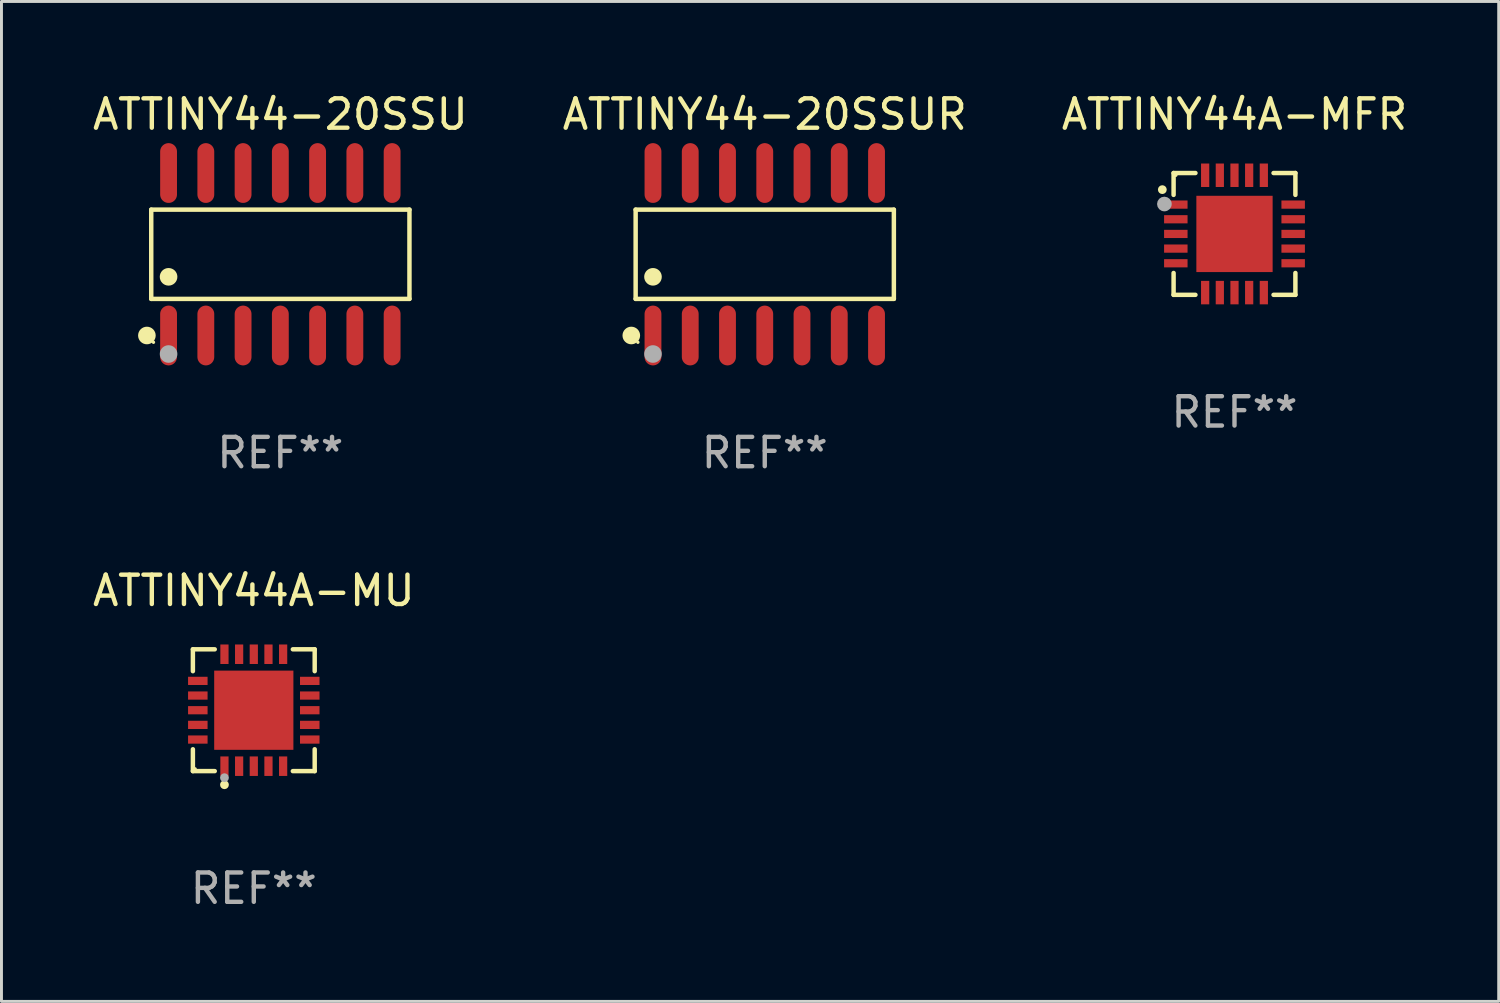
<source format=kicad_pcb>
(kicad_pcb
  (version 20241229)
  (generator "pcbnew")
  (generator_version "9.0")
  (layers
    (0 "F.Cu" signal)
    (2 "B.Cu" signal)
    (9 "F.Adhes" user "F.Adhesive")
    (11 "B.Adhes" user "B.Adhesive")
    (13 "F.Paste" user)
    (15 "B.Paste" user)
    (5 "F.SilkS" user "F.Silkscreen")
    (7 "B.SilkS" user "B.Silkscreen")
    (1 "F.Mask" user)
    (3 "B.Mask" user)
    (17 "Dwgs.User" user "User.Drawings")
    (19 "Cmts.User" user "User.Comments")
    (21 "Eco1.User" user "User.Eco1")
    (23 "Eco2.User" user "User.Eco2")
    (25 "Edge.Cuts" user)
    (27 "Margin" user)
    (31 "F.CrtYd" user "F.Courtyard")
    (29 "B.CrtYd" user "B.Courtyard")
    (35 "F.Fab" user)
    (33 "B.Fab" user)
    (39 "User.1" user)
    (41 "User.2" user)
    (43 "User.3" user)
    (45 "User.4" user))
  (footprint "ATTINY44A-MFR"
    (layer "F.Cu")
    (at 39.03 4.924)
    (property "Reference" "ATTINY44A-MFR" (at 0 -4.076 0) (layer "F.SilkS") (effects (font (size 1 1) (thickness 0.15))))
    (attr through_hole)
    (fp_line (start -2.076 -2.076) (end -2.076 -1.331) (stroke (width 0.152) (type solid)) (layer "F.SilkS"))
    (fp_line (start -2.076 2.076) (end -2.076 1.331) (stroke (width 0.152) (type solid)) (layer "F.SilkS"))
    (fp_line (start -1.331 -2.076) (end -2.076 -2.076) (stroke (width 0.152) (type solid)) (layer "F.SilkS"))
    (fp_line (start -1.331 2.076) (end -2.076 2.076) (stroke (width 0.152) (type solid)) (layer "F.SilkS"))
    (fp_line (start 1.331 -2.076) (end 2.076 -2.076) (stroke (width 0.152) (type solid)) (layer "F.SilkS"))
    (fp_line (start 1.331 2.076) (end 2.076 2.076) (stroke (width 0.152) (type solid)) (layer "F.SilkS"))
    (fp_line (start 2.076 -2.076) (end 2.076 -1.331) (stroke (width 0.152) (type solid)) (layer "F.SilkS"))
    (fp_line (start 2.076 2.076) (end 2.076 1.331) (stroke (width 0.152) (type solid)) (layer "F.SilkS"))
    (fp_circle (center -2.46 -1.51) (end -2.385 -1.51) (stroke (width 0.15) (type solid)) (fill no) (layer "F.SilkS"))
    (fp_circle (center -2 -2) (end -1.97 -2) (stroke (width 0.06) (type solid)) (fill no) (layer "F.SilkS"))
    (fp_circle (center -2.39 -1.02) (end -2.265 -1.02) (stroke (width 0.25) (type solid)) (fill no) (layer "F.Fab"))
    (fp_text user "REF**" (at 0 6.076 0) (layer "F.Fab") (effects (font (size 1 1) (thickness 0.15))))
    (pad "1" smd rect (at -2 -1) (size 0.8 0.28) (layers "F.Cu" "F.Mask" "F.Paste"))
    (pad "2" smd rect (at -2 -0.5) (size 0.8 0.28) (layers "F.Cu" "F.Mask" "F.Paste"))
    (pad "3" smd rect (at -2 0) (size 0.8 0.28) (layers "F.Cu" "F.Mask" "F.Paste"))
    (pad "4" smd rect (at -2 0.5) (size 0.8 0.28) (layers "F.Cu" "F.Mask" "F.Paste"))
    (pad "5" smd rect (at -2 1) (size 0.8 0.28) (layers "F.Cu" "F.Mask" "F.Paste"))
    (pad "6" smd rect (at -1 2) (size 0.28 0.8) (layers "F.Cu" "F.Mask" "F.Paste"))
    (pad "7" smd rect (at -0.5 2) (size 0.28 0.8) (layers "F.Cu" "F.Mask" "F.Paste"))
    (pad "8" smd rect (at 0 2) (size 0.28 0.8) (layers "F.Cu" "F.Mask" "F.Paste"))
    (pad "9" smd rect (at 0.5 2) (size 0.28 0.8) (layers "F.Cu" "F.Mask" "F.Paste"))
    (pad "10" smd rect (at 1 2) (size 0.28 0.8) (layers "F.Cu" "F.Mask" "F.Paste"))
    (pad "11" smd rect (at 2 1) (size 0.8 0.28) (layers "F.Cu" "F.Mask" "F.Paste"))
    (pad "12" smd rect (at 2 0.5) (size 0.8 0.28) (layers "F.Cu" "F.Mask" "F.Paste"))
    (pad "13" smd rect (at 2 0) (size 0.8 0.28) (layers "F.Cu" "F.Mask" "F.Paste"))
    (pad "14" smd rect (at 2 -0.5) (size 0.8 0.28) (layers "F.Cu" "F.Mask" "F.Paste"))
    (pad "15" smd rect (at 2 -1) (size 0.8 0.28) (layers "F.Cu" "F.Mask" "F.Paste"))
    (pad "16" smd rect (at 1 -2) (size 0.28 0.8) (layers "F.Cu" "F.Mask" "F.Paste"))
    (pad "17" smd rect (at 0.5 -2) (size 0.28 0.8) (layers "F.Cu" "F.Mask" "F.Paste"))
    (pad "18" smd rect (at 0 -2) (size 0.28 0.8) (layers "F.Cu" "F.Mask" "F.Paste"))
    (pad "19" smd rect (at -0.5 -2) (size 0.28 0.8) (layers "F.Cu" "F.Mask" "F.Paste"))
    (pad "20" smd rect (at -1 -2) (size 0.28 0.8) (layers "F.Cu" "F.Mask" "F.Paste"))
    (pad "21" smd rect (at 0 0) (size 2.6 2.6) (layers "F.Cu" "F.Mask" "F.Paste")))
  (footprint "ATTINY44A-MU"
    (layer "F.Cu")
    (at 5.601 21.159)
    (property "Reference" "ATTINY44A-MU" (at 0 -4.076 0) (layer "F.SilkS") (effects (font (size 1 1) (thickness 0.15))))
    (attr through_hole)
    (fp_line (start -2.076 -2.076) (end -1.331 -2.076) (stroke (width 0.152) (type solid)) (layer "F.SilkS"))
    (fp_line (start -2.076 -1.331) (end -2.076 -2.076) (stroke (width 0.152) (type solid)) (layer "F.SilkS"))
    (fp_line (start -2.076 1.331) (end -2.076 2.076) (stroke (width 0.152) (type solid)) (layer "F.SilkS"))
    (fp_line (start -2.076 2.076) (end -1.331 2.076) (stroke (width 0.152) (type solid)) (layer "F.SilkS"))
    (fp_line (start 2.076 -2.076) (end 1.331 -2.076) (stroke (width 0.152) (type solid)) (layer "F.SilkS"))
    (fp_line (start 2.076 -1.331) (end 2.076 -2.076) (stroke (width 0.152) (type solid)) (layer "F.SilkS"))
    (fp_line (start 2.076 1.331) (end 2.076 2.076) (stroke (width 0.152) (type solid)) (layer "F.SilkS"))
    (fp_line (start 2.076 2.076) (end 1.331 2.076) (stroke (width 0.152) (type solid)) (layer "F.SilkS"))
    (fp_circle (center -2 2) (end -1.97 2) (stroke (width 0.06) (type solid)) (fill no) (layer "F.SilkS"))
    (fp_circle (center -1 2.54) (end -0.925 2.54) (stroke (width 0.15) (type solid)) (fill no) (layer "F.SilkS"))
    (fp_circle (center -1 2.3) (end -0.925 2.3) (stroke (width 0.15) (type solid)) (fill no) (layer "F.Fab"))
    (fp_text user "REF**" (at 0 6.076 0) (layer "F.Fab") (effects (font (size 1 1) (thickness 0.15))))
    (pad "1" smd rect (at -1 1.908) (size 0.28 0.665) (layers "F.Cu" "F.Mask" "F.Paste"))
    (pad "2" smd rect (at -0.5 1.908) (size 0.28 0.665) (layers "F.Cu" "F.Mask" "F.Paste"))
    (pad "3" smd rect (at 0 1.908) (size 0.28 0.665) (layers "F.Cu" "F.Mask" "F.Paste"))
    (pad "4" smd rect (at 0.5 1.908) (size 0.28 0.665) (layers "F.Cu" "F.Mask" "F.Paste"))
    (pad "5" smd rect (at 1 1.908) (size 0.28 0.665) (layers "F.Cu" "F.Mask" "F.Paste"))
    (pad "6" smd rect (at 1.908 1) (size 0.665 0.28) (layers "F.Cu" "F.Mask" "F.Paste"))
    (pad "7" smd rect (at 1.908 0.5) (size 0.665 0.28) (layers "F.Cu" "F.Mask" "F.Paste"))
    (pad "8" smd rect (at 1.908 0) (size 0.665 0.28) (layers "F.Cu" "F.Mask" "F.Paste"))
    (pad "9" smd rect (at 1.908 -0.5) (size 0.665 0.28) (layers "F.Cu" "F.Mask" "F.Paste"))
    (pad "10" smd rect (at 1.908 -1) (size 0.665 0.28) (layers "F.Cu" "F.Mask" "F.Paste"))
    (pad "11" smd rect (at 1 -1.908) (size 0.28 0.665) (layers "F.Cu" "F.Mask" "F.Paste"))
    (pad "12" smd rect (at 0.5 -1.908) (size 0.28 0.665) (layers "F.Cu" "F.Mask" "F.Paste"))
    (pad "13" smd rect (at 0 -1.908) (size 0.28 0.665) (layers "F.Cu" "F.Mask" "F.Paste"))
    (pad "14" smd rect (at -0.5 -1.908) (size 0.28 0.665) (layers "F.Cu" "F.Mask" "F.Paste"))
    (pad "15" smd rect (at -1 -1.908) (size 0.28 0.665) (layers "F.Cu" "F.Mask" "F.Paste"))
    (pad "16" smd rect (at -1.908 -1) (size 0.665 0.28) (layers "F.Cu" "F.Mask" "F.Paste"))
    (pad "17" smd rect (at -1.908 -0.5) (size 0.665 0.28) (layers "F.Cu" "F.Mask" "F.Paste"))
    (pad "18" smd rect (at -1.908 0) (size 0.665 0.28) (layers "F.Cu" "F.Mask" "F.Paste"))
    (pad "19" smd rect (at -1.908 0.5) (size 0.665 0.28) (layers "F.Cu" "F.Mask" "F.Paste"))
    (pad "20" smd rect (at -1.908 1) (size 0.665 0.28) (layers "F.Cu" "F.Mask" "F.Paste"))
    (pad "21" smd rect (at 0 0) (size 2.7 2.7) (layers "F.Cu" "F.Mask" "F.Paste")))
  (footprint "ATTINY44-20SSU"
    (layer "F.Cu")
    (at 6.506 5.617)
    (property "Reference" "ATTINY44-20SSU" (at 0 -4.769 0) (layer "F.SilkS") (effects (font (size 1 1) (thickness 0.15))))
    (attr through_hole)
    (fp_line (start -4.401 -1.521) (end 4.401 -1.521) (stroke (width 0.152) (type solid)) (layer "F.SilkS"))
    (fp_line (start -4.401 1.521) (end -4.401 -1.521) (stroke (width 0.152) (type solid)) (layer "F.SilkS"))
    (fp_line (start 4.401 -1.521) (end 4.401 1.521) (stroke (width 0.152) (type solid)) (layer "F.SilkS"))
    (fp_line (start 4.401 1.521) (end -4.401 1.521) (stroke (width 0.152) (type solid)) (layer "F.SilkS"))
    (fp_circle (center -4.549 2.769) (end -4.399 2.769) (stroke (width 0.3) (type solid)) (fill no) (layer "F.SilkS"))
    (fp_circle (center -4.325 3) (end -4.295 3) (stroke (width 0.06) (type solid)) (fill no) (layer "F.SilkS"))
    (fp_circle (center -3.81 0.769) (end -3.66 0.769) (stroke (width 0.3) (type solid)) (fill no) (layer "F.SilkS"))
    (fp_circle (center -3.81 3.4) (end -3.66 3.4) (stroke (width 0.3) (type solid)) (fill no) (layer "F.Fab"))
    (fp_text user "REF**" (at 0 6.769 0) (layer "F.Fab") (effects (font (size 1 1) (thickness 0.15))))
    (pad "1" smd oval (at -3.81 2.769) (size 0.574 2.038) (layers "F.Cu" "F.Mask" "F.Paste"))
    (pad "2" smd oval (at -2.54 2.769) (size 0.574 2.038) (layers "F.Cu" "F.Mask" "F.Paste"))
    (pad "3" smd oval (at -1.27 2.769) (size 0.574 2.038) (layers "F.Cu" "F.Mask" "F.Paste"))
    (pad "4" smd oval (at 0 2.769) (size 0.574 2.038) (layers "F.Cu" "F.Mask" "F.Paste"))
    (pad "5" smd oval (at 1.27 2.769) (size 0.574 2.038) (layers "F.Cu" "F.Mask" "F.Paste"))
    (pad "6" smd oval (at 2.54 2.769) (size 0.574 2.038) (layers "F.Cu" "F.Mask" "F.Paste"))
    (pad "7" smd oval (at 3.81 2.769) (size 0.574 2.038) (layers "F.Cu" "F.Mask" "F.Paste"))
    (pad "8" smd oval (at 3.81 -2.769) (size 0.574 2.038) (layers "F.Cu" "F.Mask" "F.Paste"))
    (pad "9" smd oval (at 2.54 -2.769) (size 0.574 2.038) (layers "F.Cu" "F.Mask" "F.Paste"))
    (pad "10" smd oval (at 1.27 -2.769) (size 0.574 2.038) (layers "F.Cu" "F.Mask" "F.Paste"))
    (pad "11" smd oval (at 0 -2.769) (size 0.574 2.038) (layers "F.Cu" "F.Mask" "F.Paste"))
    (pad "12" smd oval (at -1.27 -2.769) (size 0.574 2.038) (layers "F.Cu" "F.Mask" "F.Paste"))
    (pad "13" smd oval (at -2.54 -2.769) (size 0.574 2.038) (layers "F.Cu" "F.Mask" "F.Paste"))
    (pad "14" smd oval (at -3.81 -2.769) (size 0.574 2.038) (layers "F.Cu" "F.Mask" "F.Paste")))
  (footprint "ATTINY44-20SSUR"
    (layer "F.Cu")
    (at 23.018 5.617)
    (property "Reference" "ATTINY44-20SSUR" (at 0 -4.769 0) (layer "F.SilkS") (effects (font (size 1 1) (thickness 0.15))))
    (attr through_hole)
    (fp_line (start -4.401 -1.521) (end 4.401 -1.521) (stroke (width 0.152) (type solid)) (layer "F.SilkS"))
    (fp_line (start -4.401 1.521) (end -4.401 -1.521) (stroke (width 0.152) (type solid)) (layer "F.SilkS"))
    (fp_line (start 4.401 -1.521) (end 4.401 1.521) (stroke (width 0.152) (type solid)) (layer "F.SilkS"))
    (fp_line (start 4.401 1.521) (end -4.401 1.521) (stroke (width 0.152) (type solid)) (layer "F.SilkS"))
    (fp_circle (center -4.549 2.769) (end -4.399 2.769) (stroke (width 0.3) (type solid)) (fill no) (layer "F.SilkS"))
    (fp_circle (center -4.325 3) (end -4.295 3) (stroke (width 0.06) (type solid)) (fill no) (layer "F.SilkS"))
    (fp_circle (center -3.81 0.769) (end -3.66 0.769) (stroke (width 0.3) (type solid)) (fill no) (layer "F.SilkS"))
    (fp_circle (center -3.81 3.4) (end -3.66 3.4) (stroke (width 0.3) (type solid)) (fill no) (layer "F.Fab"))
    (fp_text user "REF**" (at 0 6.769 0) (layer "F.Fab") (effects (font (size 1 1) (thickness 0.15))))
    (pad "1" smd oval (at -3.81 2.769) (size 0.574 2.038) (layers "F.Cu" "F.Mask" "F.Paste"))
    (pad "2" smd oval (at -2.54 2.769) (size 0.574 2.038) (layers "F.Cu" "F.Mask" "F.Paste"))
    (pad "3" smd oval (at -1.27 2.769) (size 0.574 2.038) (layers "F.Cu" "F.Mask" "F.Paste"))
    (pad "4" smd oval (at 0 2.769) (size 0.574 2.038) (layers "F.Cu" "F.Mask" "F.Paste"))
    (pad "5" smd oval (at 1.27 2.769) (size 0.574 2.038) (layers "F.Cu" "F.Mask" "F.Paste"))
    (pad "6" smd oval (at 2.54 2.769) (size 0.574 2.038) (layers "F.Cu" "F.Mask" "F.Paste"))
    (pad "7" smd oval (at 3.81 2.769) (size 0.574 2.038) (layers "F.Cu" "F.Mask" "F.Paste"))
    (pad "8" smd oval (at 3.81 -2.769) (size 0.574 2.038) (layers "F.Cu" "F.Mask" "F.Paste"))
    (pad "9" smd oval (at 2.54 -2.769) (size 0.574 2.038) (layers "F.Cu" "F.Mask" "F.Paste"))
    (pad "10" smd oval (at 1.27 -2.769) (size 0.574 2.038) (layers "F.Cu" "F.Mask" "F.Paste"))
    (pad "11" smd oval (at 0 -2.769) (size 0.574 2.038) (layers "F.Cu" "F.Mask" "F.Paste"))
    (pad "12" smd oval (at -1.27 -2.769) (size 0.574 2.038) (layers "F.Cu" "F.Mask" "F.Paste"))
    (pad "13" smd oval (at -2.54 -2.769) (size 0.574 2.038) (layers "F.Cu" "F.Mask" "F.Paste"))
    (pad "14" smd oval (at -3.81 -2.769) (size 0.574 2.038) (layers "F.Cu" "F.Mask" "F.Paste")))
  (gr_rect
    (start -3 -3)
    (end 48.036 31.084)
    (stroke (width 0.1) (type default))
    (fill no)
    (layer "Edge.Cuts")))
</source>
